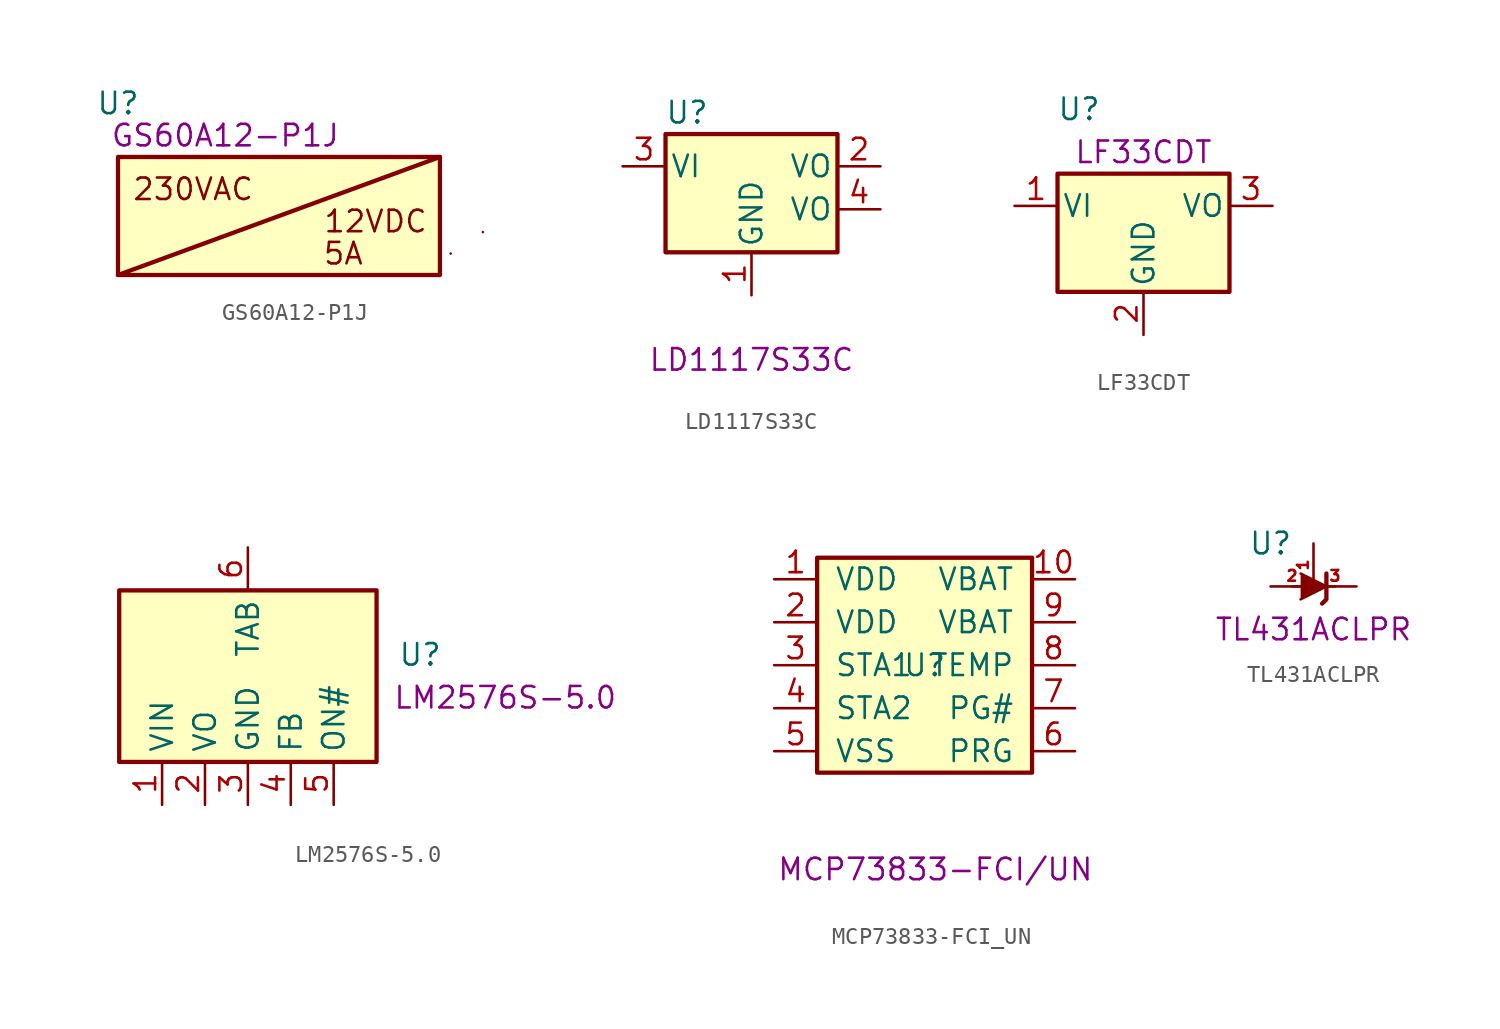
<source format=kicad_sym>
(kicad_symbol_lib
  (version 20211014)
  (generator kicad_symbol_editor)
  (symbol "GS60A12-P1J"
    (pin_numbers hide)
    (pin_names
      (offset 0.254) hide)
    (property "Reference" "U"
      (at -8.89 6.985 0)
      (effects (font (size 1.27 1.27))))
    (property "Comment" "GS60A12-P1J"
      (at -2.54 5.08 0)
      (effects (font (size 1.27 1.27))))
    (symbol "GS60A12-P1J_0_0"
      (polyline (pts (xy 10.16 3.81) (xy -8.89 -3.175)) (stroke (width 0.254) (type default) (color 0 0 0 0)) (fill (type none)))
      (polyline (pts (xy 10.795 -1.905) (xy 10.795 -1.905)) (stroke (width 0.152) (type default) (color 0 0 0 0)) (fill (type none)))
      (polyline (pts (xy 12.7 -0.635) (xy 12.7 -0.635)) (stroke (width 0.152) (type default) (color 0 0 0 0)) (fill (type none)))
      (text "12VDC" (at 6.35 0 0) (effects (font (size 1.27 1.27))))
      (text "230VAC" (at -4.445 1.905 0) (effects (font (size 1.27 1.27))))
      (text "5A" (at 4.445 -1.905 0) (effects (font (size 1.27 1.27)))))
    (symbol "GS60A12-P1J_0_1"
      (rectangle (start -8.89 3.81) (end 10.16 -3.175) (stroke (width 0.254) (type default) (color 0 0 0 0)) (fill (type background)))))
  (symbol "LD1117S33C"
    (pin_names
      (offset 0.254))
    (property "Reference" "U"
      (at -3.81 3.175 0)
      (effects (font (size 1.27 1.27))))
    (property "Comment" "LD1117S33C"
      (at 0 -11.43 0)
      (effects (font (size 1.27 1.27))))
    (symbol "LD1117S33C_0_1"
      (rectangle (start -5.08 1.905) (end 5.08 -5.08) (stroke (width 0.254) (type default) (color 0 0 0 0)) (fill (type background))))
    (symbol "LD1117S33C_1_1"
      (pin power_in line (at 0 -7.62 90) (length 2.54) (name "GND" (effects (font (size 1.27 1.27)))) (number "1" (effects (font (size 1.27 1.27)))))
      (pin power_out line (at 7.62 0 180) (length 2.54) (name "VO" (effects (font (size 1.27 1.27)))) (number "2" (effects (font (size 1.27 1.27)))))
      (pin power_in line (at -7.62 0 0) (length 2.54) (name "VI" (effects (font (size 1.27 1.27)))) (number "3" (effects (font (size 1.27 1.27)))))
      (pin power_out line (at 7.62 -2.54 180) (length 2.54) (name "VO" (effects (font (size 1.27 1.27)))) (number "4" (effects (font (size 1.27 1.27)))))))
  (symbol "LF33CDT"
    (pin_names
      (offset 0.254))
    (property "Reference" "U"
      (at -3.81 5.715 0)
      (effects (font (size 1.27 1.27))))
    (property "Comment" "LF33CDT"
      (at 0 3.175 0)
      (effects (font (size 1.27 1.27))))
    (symbol "LF33CDT_0_1"
      (rectangle (start -5.08 1.905) (end 5.08 -5.08) (stroke (width 0.254) (type default) (color 0 0 0 0)) (fill (type background))))
    (symbol "LF33CDT_1_1"
      (pin power_in line (at -7.62 0 0) (length 2.54) (name "VI" (effects (font (size 1.27 1.27)))) (number "1" (effects (font (size 1.27 1.27)))))
      (pin power_in line (at 0 -7.62 90) (length 2.54) (name "GND" (effects (font (size 1.27 1.27)))) (number "2" (effects (font (size 1.27 1.27)))))
      (pin power_out line (at 7.62 0 180) (length 2.54) (name "VO" (effects (font (size 1.27 1.27)))) (number "3" (effects (font (size 1.27 1.27)))))))
  (symbol "LM2576S-5.0"
    (property "Reference" "U"
      (at 8.89 1.27 0)
      (effects (font (size 1.27 1.27)) (justify left)))
    (property "Comment" "LM2576S-5.0"
      (at 15.24 -1.27 0)
      (effects (font (size 1.27 1.27))))
    (symbol "LM2576S-5.0_0_1"
      (rectangle (start -7.62 5.08) (end 7.62 -5.08) (stroke (width 0.254) (type default) (color 0 0 0 0)) (fill (type background))))
    (symbol "LM2576S-5.0_1_1"
      (pin power_in line (at -5.08 -7.62 90) (length 2.54) (name "VIN" (effects (font (size 1.27 1.27)))) (number "1" (effects (font (size 1.27 1.27)))))
      (pin power_out line (at -2.54 -7.62 90) (length 2.54) (name "VO" (effects (font (size 1.27 1.27)))) (number "2" (effects (font (size 1.27 1.27)))))
      (pin power_in line (at 0 -7.62 90) (length 2.54) (name "GND" (effects (font (size 1.27 1.27)))) (number "3" (effects (font (size 1.27 1.27)))))
      (pin passive line (at 2.54 -7.62 90) (length 2.54) (name "FB" (effects (font (size 1.27 1.27)))) (number "4" (effects (font (size 1.27 1.27)))))
      (pin input line (at 5.08 -7.62 90) (length 2.54) (name "ON#" (effects (font (size 1.27 1.27)))) (number "5" (effects (font (size 1.27 1.27)))))
      (pin power_in line (at 0 7.62 270) (length 2.54) (name "TAB" (effects (font (size 1.27 1.27)))) (number "6" (effects (font (size 1.27 1.27)))))))
  (symbol "MCP73833-FCI_UN"
    (pin_names
      (offset 1.016))
    (property "Reference" "U"
      (at 0 0 0)
      (effects (font (size 1.27 1.27))))
    (property "Comment" "MCP73833-FCI/UN"
      (at 0.635 -12.065 0)
      (effects (font (size 1.27 1.27))))
    (symbol "MCP73833-FCI_UN_0_1"
      (rectangle (start -6.35 6.35) (end 6.35 -6.35) (stroke (width 0.254) (type default) (color 0 0 0 0)) (fill (type background))))
    (symbol "MCP73833-FCI_UN_1_1"
      (pin power_in line (at -8.89 5.08 0) (length 2.54) (name "VDD" (effects (font (size 1.27 1.27)))) (number "1" (effects (font (size 1.27 1.27)))))
      (pin power_out line (at 8.89 5.08 180) (length 2.54) (name "VBAT" (effects (font (size 1.27 1.27)))) (number "10" (effects (font (size 1.27 1.27)))))
      (pin power_in line (at -8.89 2.54 0) (length 2.54) (name "VDD" (effects (font (size 1.27 1.27)))) (number "2" (effects (font (size 1.27 1.27)))))
      (pin output line (at -8.89 0 0) (length 2.54) (name "STA1" (effects (font (size 1.27 1.27)))) (number "3" (effects (font (size 1.27 1.27)))))
      (pin output line (at -8.89 -2.54 0) (length 2.54) (name "STA2" (effects (font (size 1.27 1.27)))) (number "4" (effects (font (size 1.27 1.27)))))
      (pin power_in line (at -8.89 -5.08 0) (length 2.54) (name "VSS" (effects (font (size 1.27 1.27)))) (number "5" (effects (font (size 1.27 1.27)))))
      (pin passive line (at 8.89 -5.08 180) (length 2.54) (name "PRG" (effects (font (size 1.27 1.27)))) (number "6" (effects (font (size 1.27 1.27)))))
      (pin passive line (at 8.89 -2.54 180) (length 2.54) (name "PG#" (effects (font (size 1.27 1.27)))) (number "7" (effects (font (size 1.27 1.27)))))
      (pin passive line (at 8.89 0 180) (length 2.54) (name "TEMP" (effects (font (size 1.27 1.27)))) (number "8" (effects (font (size 1.27 1.27)))))
      (pin passive line (at 8.89 2.54 180) (length 2.54) (name "VBAT" (effects (font (size 1.27 1.27)))) (number "9" (effects (font (size 1.27 1.27)))))))
  (symbol "TL431ACLPR"
    (pin_names hide)
    (property "Reference" "U"
      (at -2.54 2.54 0)
      (effects (font (size 1.27 1.27))))
    (property "Comment" "TL431ACLPR"
      (at 0 -2.54 0)
      (effects (font (size 1.27 1.27))))
    (symbol "TL431ACLPR_0_1"
      (polyline (pts (xy -1.27 0) (xy 0 0) (xy 1.27 0)) (stroke (width 0) (type default) (color 0 0 0 0)) (fill (type none)))
      (polyline (pts (xy -0.762 0.762) (xy 0.762 0) (xy -0.762 -0.762)) (stroke (width 0) (type default) (color 0 0 0 0)) (fill (type outline)))
      (polyline (pts (xy 0.508 -1.016) (xy 0.762 -0.762) (xy 0.762 0.762) (xy 0.762 0.762)) (stroke (width 0.254) (type default) (color 0 0 0 0)) (fill (type none))))
    (symbol "TL431ACLPR_1_1"
      (pin passive line (at 0 2.54 270) (length 2.54) (name "REF" (effects (font (size 1.27 1.27)))) (number "1" (effects (font (size 0.635 0.635)))))
      (pin passive line (at -2.54 0 0) (length 2.54) (name "A" (effects (font (size 1.27 1.27)))) (number "2" (effects (font (size 0.635 0.635)))))
      (pin passive line (at 2.54 0 180) (length 2.54) (name "K" (effects (font (size 1.27 1.27)))) (number "3" (effects (font (size 0.635 0.635))))))))
</source>
